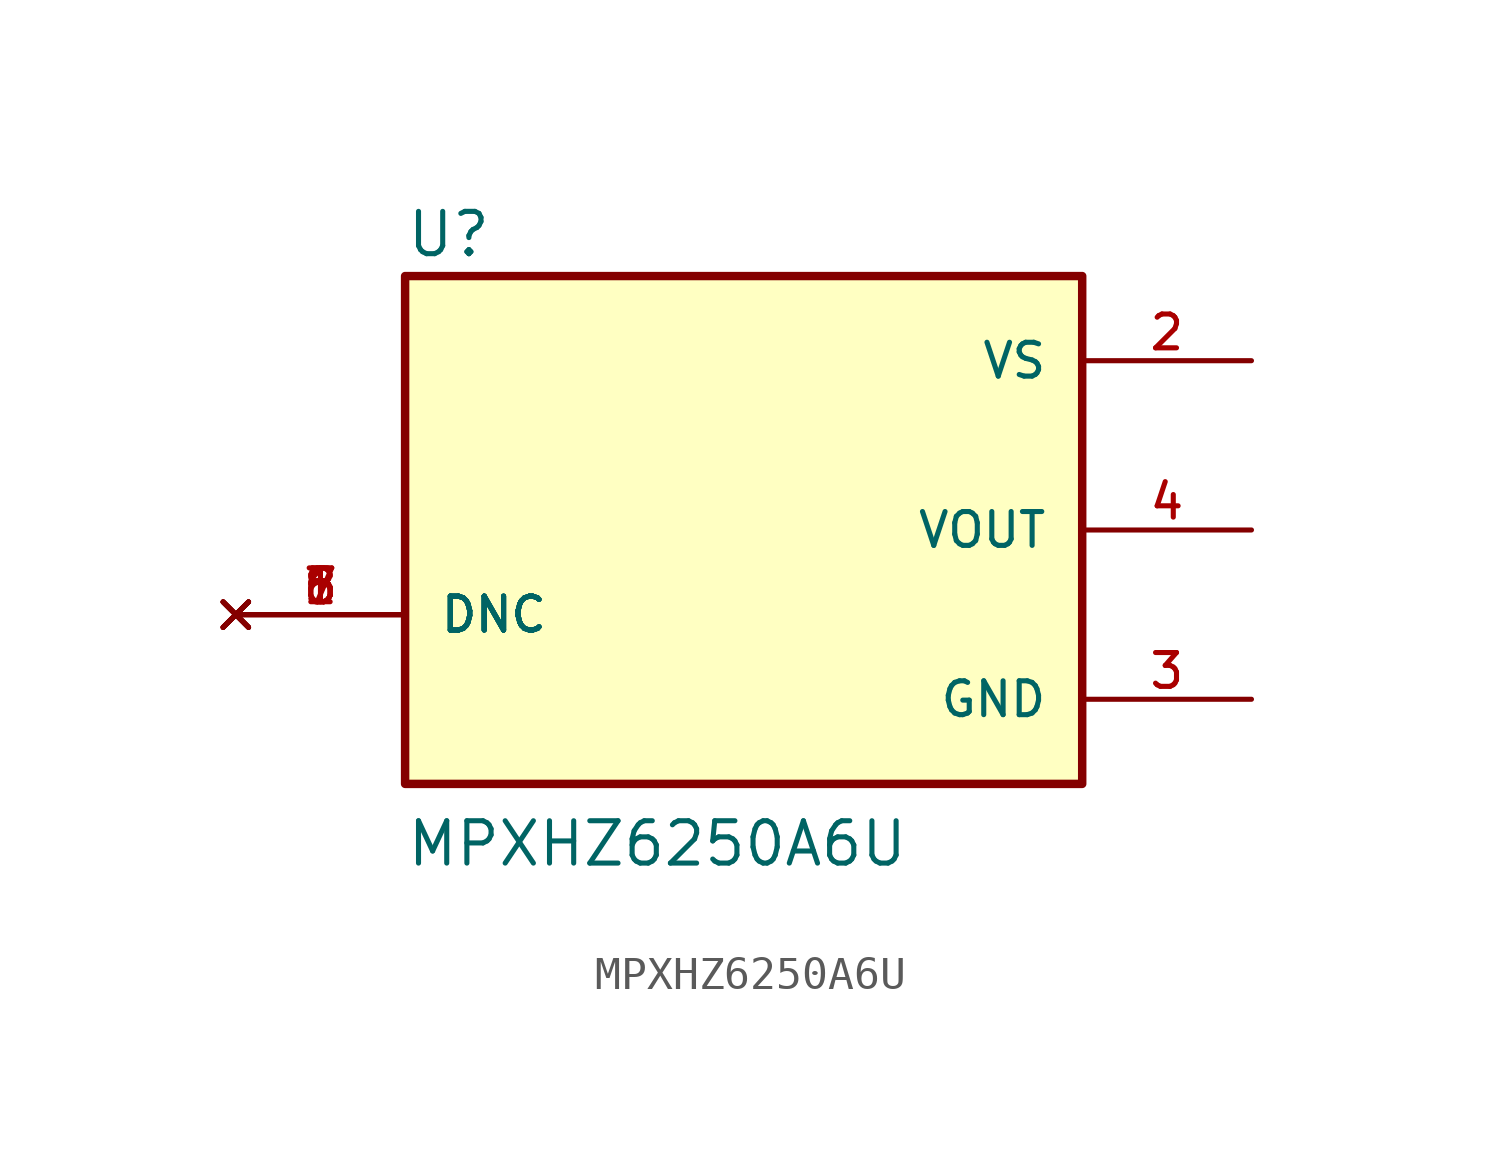
<source format=kicad_sym>
(kicad_symbol_lib
  (version 20211014)
  (generator kicad_symbol_editor)
  (symbol "MPXHZ6250A6U"
    (pin_names
      (offset 1.016))
    (property "Reference" "U"
      (at -10.16 8.128 0)
      (effects (font (size 1.27 1.27)) (justify bottom left)))
    (property "Value" "MPXHZ6250A6U"
      (at -10.16 -10.16 0)
      (effects (font (size 1.27 1.27)) (justify bottom left)))
    (symbol "MPXHZ6250A6U_0_0"
      (rectangle (start -10.16 -7.62) (end 10.16 7.62) (stroke (width 0.254)) (fill (type background)))
      (pin no_connect line (at -15.24 -2.54 0) (length 5.08) (name "DNC" (effects (font (size 1.016 1.016)))) (number "1" (effects (font (size 1.016 1.016)))))
      (pin no_connect line (at -15.24 -2.54 0) (length 5.08) (name "DNC" (effects (font (size 1.016 1.016)))) (number "5" (effects (font (size 1.016 1.016)))))
      (pin no_connect line (at -15.24 -2.54 0) (length 5.08) (name "DNC" (effects (font (size 1.016 1.016)))) (number "6" (effects (font (size 1.016 1.016)))))
      (pin no_connect line (at -15.24 -2.54 0) (length 5.08) (name "DNC" (effects (font (size 1.016 1.016)))) (number "7" (effects (font (size 1.016 1.016)))))
      (pin no_connect line (at -15.24 -2.54 0) (length 5.08) (name "DNC" (effects (font (size 1.016 1.016)))) (number "8" (effects (font (size 1.016 1.016)))))
      (pin output line (at 15.24 0.0 180.0) (length 5.08) (name "VOUT" (effects (font (size 1.016 1.016)))) (number "4" (effects (font (size 1.016 1.016)))))
      (pin power_in line (at 15.24 -5.08 180.0) (length 5.08) (name "GND" (effects (font (size 1.016 1.016)))) (number "3" (effects (font (size 1.016 1.016)))))
      (pin power_in line (at 15.24 5.08 180.0) (length 5.08) (name "VS" (effects (font (size 1.016 1.016)))) (number "2" (effects (font (size 1.016 1.016))))))))
</source>
